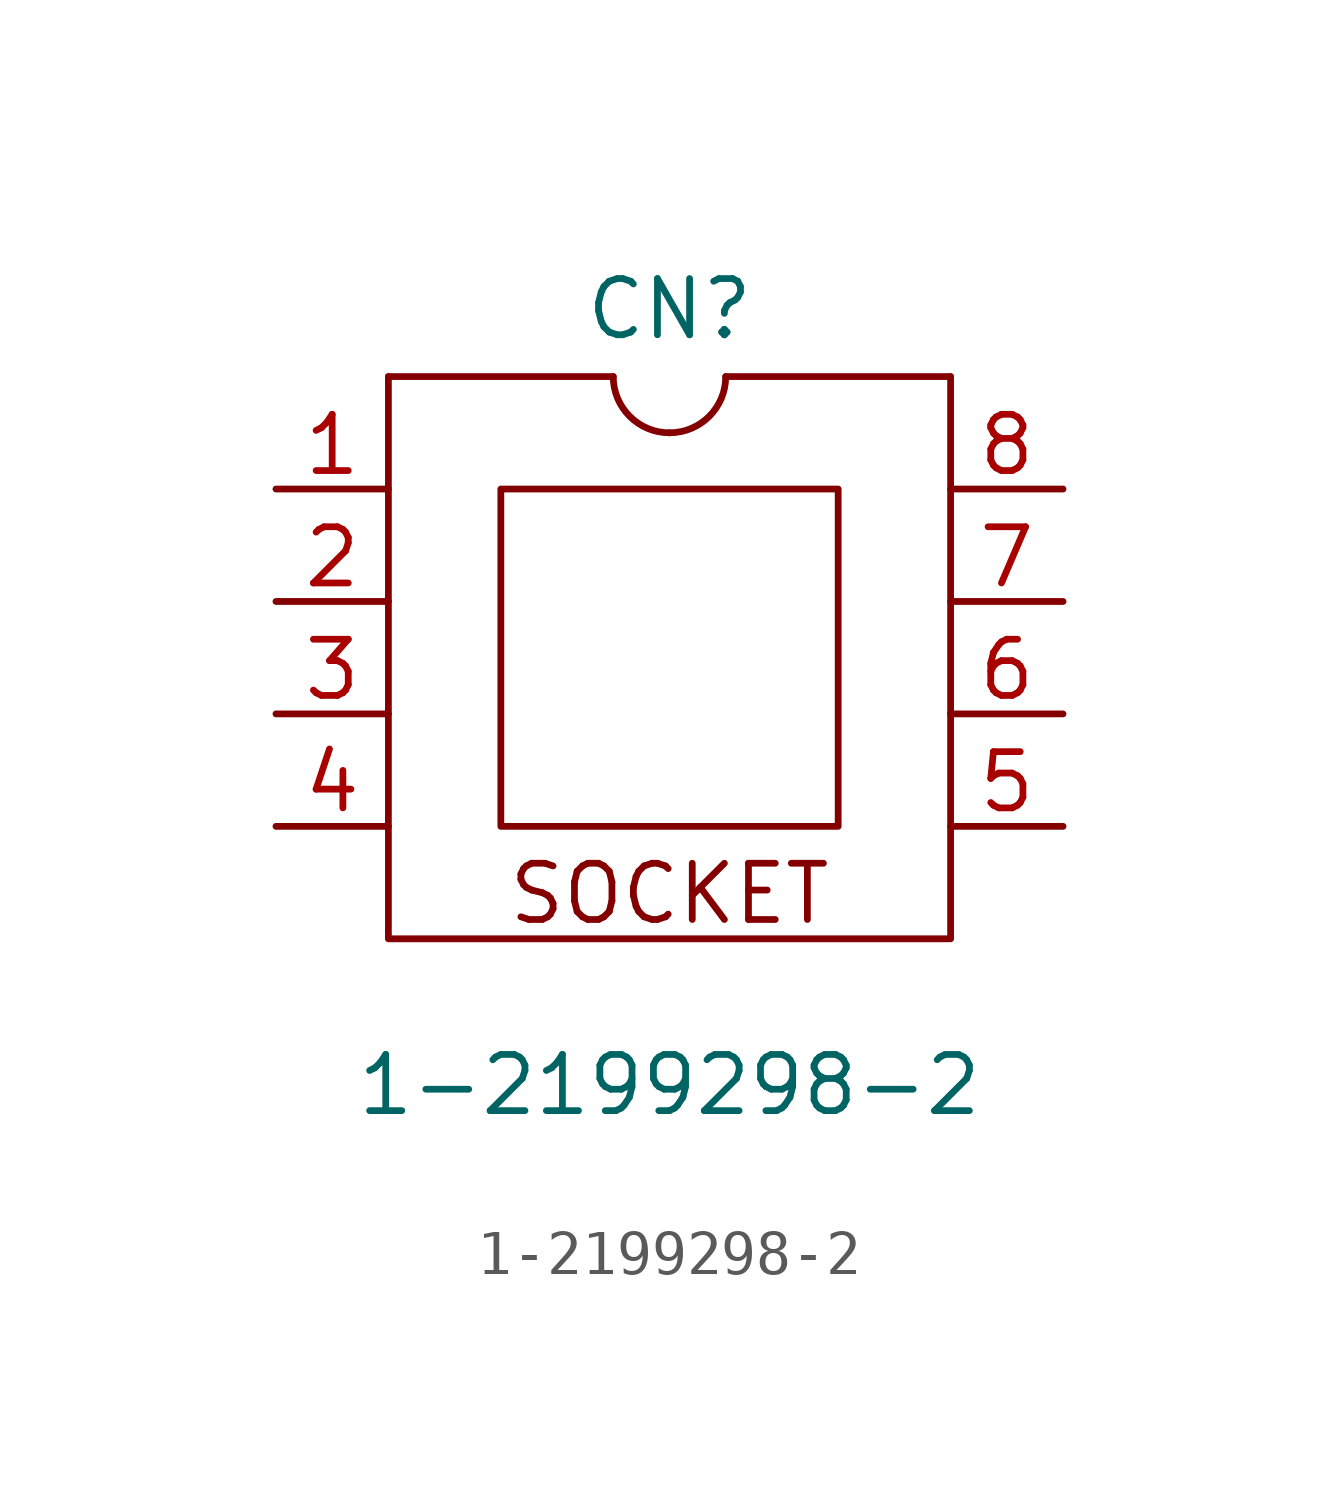
<source format=kicad_sym>
(kicad_symbol_lib
  (version 20241209)
  (generator "kicad_symbol_editor")
  (generator_version "9.0")
  (symbol "1-2199298-2"
    (pin_names
      (hide yes))
    (property "Reference" "CN"
      (at 0 7.874 0)
      (effects (font (size 1.27 1.27))))
    (property "Value" "1-2199298-2"
      (at 0 -9.652 0)
      (effects (font (size 1.27 1.27))))
    (symbol "1-2199298-2_0_1"
      (polyline (pts (xy -6.35 6.35) (xy -1.27 6.35)) (stroke (width 0) (type default)) (fill (type none)))
      (polyline (pts (xy -6.35 6.35) (xy -6.35 -6.35) (xy 6.35 -6.35) (xy 6.35 6.35)) (stroke (width 0) (type default)) (fill (type none)))
      (rectangle (start -3.81 3.81) (end 3.81 -3.81) (stroke (width 0) (type default)) (fill (type none)))
      (arc (start 0 5.08) (mid -0.898 5.452) (end -1.27 6.35) (stroke (width 0) (type default)) (fill (type none)))
      (arc (start 1.27 6.35) (mid 0.898 5.452) (end 0 5.08) (stroke (width 0) (type default)) (fill (type none)))
      (polyline (pts (xy 6.35 6.35) (xy 1.27 6.35)) (stroke (width 0) (type default)) (fill (type none))))
    (symbol "1-2199298-2_1_1"
      (text "SOCKET" (at 0 -5.334 0) (effects (font (size 1.27 1.27))))
      (pin passive line (at -8.89 3.81 0) (length 2.54) (name "1" (effects (font (size 1.27 1.27)))) (number "1" (effects (font (size 1.27 1.27)))))
      (pin passive line (at -8.89 1.27 0) (length 2.54) (name "2" (effects (font (size 1.27 1.27)))) (number "2" (effects (font (size 1.27 1.27)))))
      (pin passive line (at -8.89 -1.27 0) (length 2.54) (name "3" (effects (font (size 1.27 1.27)))) (number "3" (effects (font (size 1.27 1.27)))))
      (pin passive line (at -8.89 -3.81 0) (length 2.54) (name "4" (effects (font (size 1.27 1.27)))) (number "4" (effects (font (size 1.27 1.27)))))
      (pin passive line (at 8.89 3.81 180) (length 2.54) (name "8" (effects (font (size 1.27 1.27)))) (number "8" (effects (font (size 1.27 1.27)))))
      (pin passive line (at 8.89 1.27 180) (length 2.54) (name "7" (effects (font (size 1.27 1.27)))) (number "7" (effects (font (size 1.27 1.27)))))
      (pin passive line (at 8.89 -1.27 180) (length 2.54) (name "6" (effects (font (size 1.27 1.27)))) (number "6" (effects (font (size 1.27 1.27)))))
      (pin passive line (at 8.89 -3.81 180) (length 2.54) (name "5" (effects (font (size 1.27 1.27)))) (number "5" (effects (font (size 1.27 1.27))))))))
</source>
